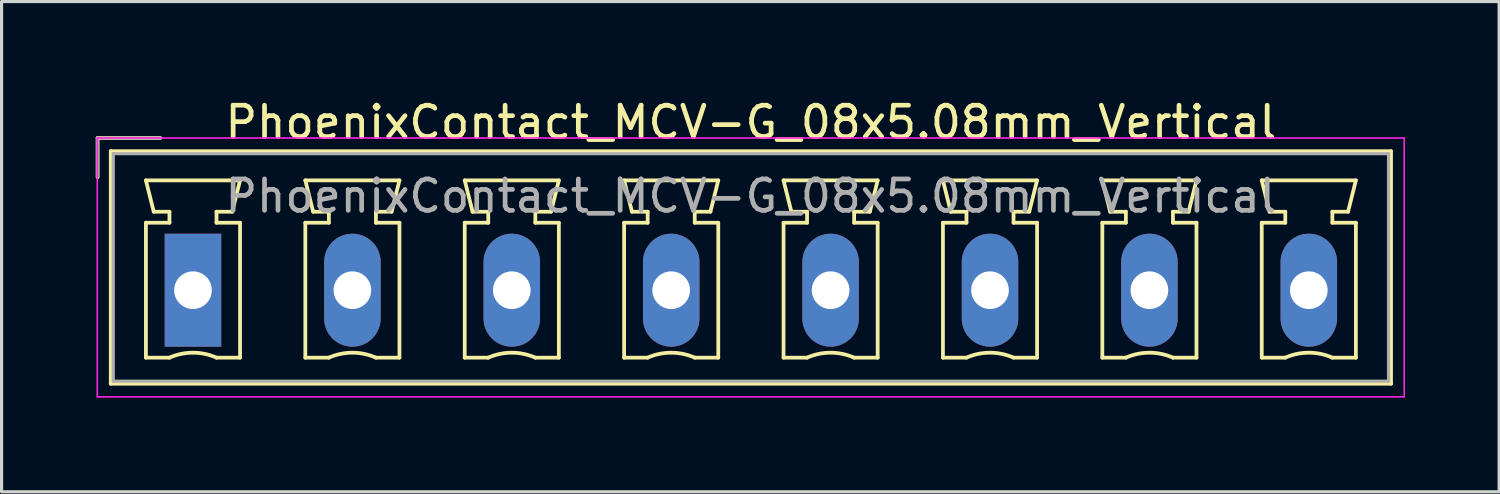
<source format=kicad_pcb>
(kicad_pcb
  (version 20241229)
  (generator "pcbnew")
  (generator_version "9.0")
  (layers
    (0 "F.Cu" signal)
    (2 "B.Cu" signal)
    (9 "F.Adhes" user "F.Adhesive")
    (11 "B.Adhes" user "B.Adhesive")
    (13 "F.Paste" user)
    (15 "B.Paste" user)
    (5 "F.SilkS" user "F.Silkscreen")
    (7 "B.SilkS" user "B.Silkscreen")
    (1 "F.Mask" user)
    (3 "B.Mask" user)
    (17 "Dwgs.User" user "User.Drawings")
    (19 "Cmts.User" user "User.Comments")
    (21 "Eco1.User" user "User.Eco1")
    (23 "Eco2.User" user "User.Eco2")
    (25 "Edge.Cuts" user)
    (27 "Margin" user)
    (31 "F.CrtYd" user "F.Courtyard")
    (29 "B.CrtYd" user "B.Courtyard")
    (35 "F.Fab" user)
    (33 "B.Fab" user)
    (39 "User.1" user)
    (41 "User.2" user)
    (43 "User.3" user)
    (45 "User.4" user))
  (footprint "PhoenixContact_MCV-G_08x5.08mm_Vertical"
    (layer "F.Cu")
    (at 3.1 6.198)
    (property "Reference" "PhoenixContact_MCV-G_08x5.08mm_Vertical" (at 17.78 -5.35 0) (layer "F.SilkS") (effects (font (size 1 1) (thickness 0.15))))
    (attr through_hole)
    (fp_line (start -3.04 -4.85) (end -1.04 -4.85) (stroke (width 0.12) (type solid)) (layer "F.SilkS"))
    (fp_line (start -3.04 -3.6) (end -3.04 -4.85) (stroke (width 0.12) (type solid)) (layer "F.SilkS"))
    (fp_line (start -2.62 -4.43) (end -2.62 2.98) (stroke (width 0.12) (type solid)) (layer "F.SilkS"))
    (fp_line (start -2.62 2.98) (end 38.18 2.98) (stroke (width 0.12) (type solid)) (layer "F.SilkS"))
    (fp_line (start -1.5 -3.5) (end 1.5 -3.5) (stroke (width 0.12) (type solid)) (layer "F.SilkS"))
    (fp_line (start -1.5 -2.15) (end -0.75 -2.15) (stroke (width 0.12) (type solid)) (layer "F.SilkS"))
    (fp_line (start -1.5 2.15) (end -1.5 -2.15) (stroke (width 0.12) (type solid)) (layer "F.SilkS"))
    (fp_line (start -1.25 -2.5) (end -1.5 -3.5) (stroke (width 0.12) (type solid)) (layer "F.SilkS"))
    (fp_line (start -0.75 -2.5) (end -1.25 -2.5) (stroke (width 0.12) (type solid)) (layer "F.SilkS"))
    (fp_line (start -0.75 -2.15) (end -0.75 -2.5) (stroke (width 0.12) (type solid)) (layer "F.SilkS"))
    (fp_line (start -0.75 2.15) (end -1.5 2.15) (stroke (width 0.12) (type solid)) (layer "F.SilkS"))
    (fp_line (start 0.75 -2.5) (end 0.75 -2.15) (stroke (width 0.12) (type solid)) (layer "F.SilkS"))
    (fp_line (start 0.75 -2.15) (end 1.5 -2.15) (stroke (width 0.12) (type solid)) (layer "F.SilkS"))
    (fp_line (start 1.25 -2.5) (end 0.75 -2.5) (stroke (width 0.12) (type solid)) (layer "F.SilkS"))
    (fp_line (start 1.5 -3.5) (end 1.25 -2.5) (stroke (width 0.12) (type solid)) (layer "F.SilkS"))
    (fp_line (start 1.5 -2.15) (end 1.5 2.15) (stroke (width 0.12) (type solid)) (layer "F.SilkS"))
    (fp_line (start 1.5 2.15) (end 0.75 2.15) (stroke (width 0.12) (type solid)) (layer "F.SilkS"))
    (fp_line (start 3.58 -3.5) (end 6.58 -3.5) (stroke (width 0.12) (type solid)) (layer "F.SilkS"))
    (fp_line (start 3.58 -2.15) (end 4.33 -2.15) (stroke (width 0.12) (type solid)) (layer "F.SilkS"))
    (fp_line (start 3.58 2.15) (end 3.58 -2.15) (stroke (width 0.12) (type solid)) (layer "F.SilkS"))
    (fp_line (start 3.83 -2.5) (end 3.58 -3.5) (stroke (width 0.12) (type solid)) (layer "F.SilkS"))
    (fp_line (start 4.33 -2.5) (end 3.83 -2.5) (stroke (width 0.12) (type solid)) (layer "F.SilkS"))
    (fp_line (start 4.33 -2.15) (end 4.33 -2.5) (stroke (width 0.12) (type solid)) (layer "F.SilkS"))
    (fp_line (start 4.33 2.15) (end 3.58 2.15) (stroke (width 0.12) (type solid)) (layer "F.SilkS"))
    (fp_line (start 5.83 -2.5) (end 5.83 -2.15) (stroke (width 0.12) (type solid)) (layer "F.SilkS"))
    (fp_line (start 5.83 -2.15) (end 6.58 -2.15) (stroke (width 0.12) (type solid)) (layer "F.SilkS"))
    (fp_line (start 6.33 -2.5) (end 5.83 -2.5) (stroke (width 0.12) (type solid)) (layer "F.SilkS"))
    (fp_line (start 6.58 -3.5) (end 6.33 -2.5) (stroke (width 0.12) (type solid)) (layer "F.SilkS"))
    (fp_line (start 6.58 -2.15) (end 6.58 2.15) (stroke (width 0.12) (type solid)) (layer "F.SilkS"))
    (fp_line (start 6.58 2.15) (end 5.83 2.15) (stroke (width 0.12) (type solid)) (layer "F.SilkS"))
    (fp_line (start 8.66 -3.5) (end 11.66 -3.5) (stroke (width 0.12) (type solid)) (layer "F.SilkS"))
    (fp_line (start 8.66 -2.15) (end 9.41 -2.15) (stroke (width 0.12) (type solid)) (layer "F.SilkS"))
    (fp_line (start 8.66 2.15) (end 8.66 -2.15) (stroke (width 0.12) (type solid)) (layer "F.SilkS"))
    (fp_line (start 8.91 -2.5) (end 8.66 -3.5) (stroke (width 0.12) (type solid)) (layer "F.SilkS"))
    (fp_line (start 9.41 -2.5) (end 8.91 -2.5) (stroke (width 0.12) (type solid)) (layer "F.SilkS"))
    (fp_line (start 9.41 -2.15) (end 9.41 -2.5) (stroke (width 0.12) (type solid)) (layer "F.SilkS"))
    (fp_line (start 9.41 2.15) (end 8.66 2.15) (stroke (width 0.12) (type solid)) (layer "F.SilkS"))
    (fp_line (start 10.91 -2.5) (end 10.91 -2.15) (stroke (width 0.12) (type solid)) (layer "F.SilkS"))
    (fp_line (start 10.91 -2.15) (end 11.66 -2.15) (stroke (width 0.12) (type solid)) (layer "F.SilkS"))
    (fp_line (start 11.41 -2.5) (end 10.91 -2.5) (stroke (width 0.12) (type solid)) (layer "F.SilkS"))
    (fp_line (start 11.66 -3.5) (end 11.41 -2.5) (stroke (width 0.12) (type solid)) (layer "F.SilkS"))
    (fp_line (start 11.66 -2.15) (end 11.66 2.15) (stroke (width 0.12) (type solid)) (layer "F.SilkS"))
    (fp_line (start 11.66 2.15) (end 10.91 2.15) (stroke (width 0.12) (type solid)) (layer "F.SilkS"))
    (fp_line (start 13.74 -3.5) (end 16.74 -3.5) (stroke (width 0.12) (type solid)) (layer "F.SilkS"))
    (fp_line (start 13.74 -2.15) (end 14.49 -2.15) (stroke (width 0.12) (type solid)) (layer "F.SilkS"))
    (fp_line (start 13.74 2.15) (end 13.74 -2.15) (stroke (width 0.12) (type solid)) (layer "F.SilkS"))
    (fp_line (start 13.99 -2.5) (end 13.74 -3.5) (stroke (width 0.12) (type solid)) (layer "F.SilkS"))
    (fp_line (start 14.49 -2.5) (end 13.99 -2.5) (stroke (width 0.12) (type solid)) (layer "F.SilkS"))
    (fp_line (start 14.49 -2.15) (end 14.49 -2.5) (stroke (width 0.12) (type solid)) (layer "F.SilkS"))
    (fp_line (start 14.49 2.15) (end 13.74 2.15) (stroke (width 0.12) (type solid)) (layer "F.SilkS"))
    (fp_line (start 15.99 -2.5) (end 15.99 -2.15) (stroke (width 0.12) (type solid)) (layer "F.SilkS"))
    (fp_line (start 15.99 -2.15) (end 16.74 -2.15) (stroke (width 0.12) (type solid)) (layer "F.SilkS"))
    (fp_line (start 16.49 -2.5) (end 15.99 -2.5) (stroke (width 0.12) (type solid)) (layer "F.SilkS"))
    (fp_line (start 16.74 -3.5) (end 16.49 -2.5) (stroke (width 0.12) (type solid)) (layer "F.SilkS"))
    (fp_line (start 16.74 -2.15) (end 16.74 2.15) (stroke (width 0.12) (type solid)) (layer "F.SilkS"))
    (fp_line (start 16.74 2.15) (end 15.99 2.15) (stroke (width 0.12) (type solid)) (layer "F.SilkS"))
    (fp_line (start 18.82 -3.5) (end 21.82 -3.5) (stroke (width 0.12) (type solid)) (layer "F.SilkS"))
    (fp_line (start 18.82 -2.15) (end 19.57 -2.15) (stroke (width 0.12) (type solid)) (layer "F.SilkS"))
    (fp_line (start 18.82 2.15) (end 18.82 -2.15) (stroke (width 0.12) (type solid)) (layer "F.SilkS"))
    (fp_line (start 19.07 -2.5) (end 18.82 -3.5) (stroke (width 0.12) (type solid)) (layer "F.SilkS"))
    (fp_line (start 19.57 -2.5) (end 19.07 -2.5) (stroke (width 0.12) (type solid)) (layer "F.SilkS"))
    (fp_line (start 19.57 -2.15) (end 19.57 -2.5) (stroke (width 0.12) (type solid)) (layer "F.SilkS"))
    (fp_line (start 19.57 2.15) (end 18.82 2.15) (stroke (width 0.12) (type solid)) (layer "F.SilkS"))
    (fp_line (start 21.07 -2.5) (end 21.07 -2.15) (stroke (width 0.12) (type solid)) (layer "F.SilkS"))
    (fp_line (start 21.07 -2.15) (end 21.82 -2.15) (stroke (width 0.12) (type solid)) (layer "F.SilkS"))
    (fp_line (start 21.57 -2.5) (end 21.07 -2.5) (stroke (width 0.12) (type solid)) (layer "F.SilkS"))
    (fp_line (start 21.82 -3.5) (end 21.57 -2.5) (stroke (width 0.12) (type solid)) (layer "F.SilkS"))
    (fp_line (start 21.82 -2.15) (end 21.82 2.15) (stroke (width 0.12) (type solid)) (layer "F.SilkS"))
    (fp_line (start 21.82 2.15) (end 21.07 2.15) (stroke (width 0.12) (type solid)) (layer "F.SilkS"))
    (fp_line (start 23.9 -3.5) (end 26.9 -3.5) (stroke (width 0.12) (type solid)) (layer "F.SilkS"))
    (fp_line (start 23.9 -2.15) (end 24.65 -2.15) (stroke (width 0.12) (type solid)) (layer "F.SilkS"))
    (fp_line (start 23.9 2.15) (end 23.9 -2.15) (stroke (width 0.12) (type solid)) (layer "F.SilkS"))
    (fp_line (start 24.15 -2.5) (end 23.9 -3.5) (stroke (width 0.12) (type solid)) (layer "F.SilkS"))
    (fp_line (start 24.65 -2.5) (end 24.15 -2.5) (stroke (width 0.12) (type solid)) (layer "F.SilkS"))
    (fp_line (start 24.65 -2.15) (end 24.65 -2.5) (stroke (width 0.12) (type solid)) (layer "F.SilkS"))
    (fp_line (start 24.65 2.15) (end 23.9 2.15) (stroke (width 0.12) (type solid)) (layer "F.SilkS"))
    (fp_line (start 26.15 -2.5) (end 26.15 -2.15) (stroke (width 0.12) (type solid)) (layer "F.SilkS"))
    (fp_line (start 26.15 -2.15) (end 26.9 -2.15) (stroke (width 0.12) (type solid)) (layer "F.SilkS"))
    (fp_line (start 26.65 -2.5) (end 26.15 -2.5) (stroke (width 0.12) (type solid)) (layer "F.SilkS"))
    (fp_line (start 26.9 -3.5) (end 26.65 -2.5) (stroke (width 0.12) (type solid)) (layer "F.SilkS"))
    (fp_line (start 26.9 -2.15) (end 26.9 2.15) (stroke (width 0.12) (type solid)) (layer "F.SilkS"))
    (fp_line (start 26.9 2.15) (end 26.15 2.15) (stroke (width 0.12) (type solid)) (layer "F.SilkS"))
    (fp_line (start 28.98 -3.5) (end 31.98 -3.5) (stroke (width 0.12) (type solid)) (layer "F.SilkS"))
    (fp_line (start 28.98 -2.15) (end 29.73 -2.15) (stroke (width 0.12) (type solid)) (layer "F.SilkS"))
    (fp_line (start 28.98 2.15) (end 28.98 -2.15) (stroke (width 0.12) (type solid)) (layer "F.SilkS"))
    (fp_line (start 29.23 -2.5) (end 28.98 -3.5) (stroke (width 0.12) (type solid)) (layer "F.SilkS"))
    (fp_line (start 29.73 -2.5) (end 29.23 -2.5) (stroke (width 0.12) (type solid)) (layer "F.SilkS"))
    (fp_line (start 29.73 -2.15) (end 29.73 -2.5) (stroke (width 0.12) (type solid)) (layer "F.SilkS"))
    (fp_line (start 29.73 2.15) (end 28.98 2.15) (stroke (width 0.12) (type solid)) (layer "F.SilkS"))
    (fp_line (start 31.23 -2.5) (end 31.23 -2.15) (stroke (width 0.12) (type solid)) (layer "F.SilkS"))
    (fp_line (start 31.23 -2.15) (end 31.98 -2.15) (stroke (width 0.12) (type solid)) (layer "F.SilkS"))
    (fp_line (start 31.73 -2.5) (end 31.23 -2.5) (stroke (width 0.12) (type solid)) (layer "F.SilkS"))
    (fp_line (start 31.98 -3.5) (end 31.73 -2.5) (stroke (width 0.12) (type solid)) (layer "F.SilkS"))
    (fp_line (start 31.98 -2.15) (end 31.98 2.15) (stroke (width 0.12) (type solid)) (layer "F.SilkS"))
    (fp_line (start 31.98 2.15) (end 31.23 2.15) (stroke (width 0.12) (type solid)) (layer "F.SilkS"))
    (fp_line (start 34.06 -3.5) (end 37.06 -3.5) (stroke (width 0.12) (type solid)) (layer "F.SilkS"))
    (fp_line (start 34.06 -2.15) (end 34.81 -2.15) (stroke (width 0.12) (type solid)) (layer "F.SilkS"))
    (fp_line (start 34.06 2.15) (end 34.06 -2.15) (stroke (width 0.12) (type solid)) (layer "F.SilkS"))
    (fp_line (start 34.31 -2.5) (end 34.06 -3.5) (stroke (width 0.12) (type solid)) (layer "F.SilkS"))
    (fp_line (start 34.81 -2.5) (end 34.31 -2.5) (stroke (width 0.12) (type solid)) (layer "F.SilkS"))
    (fp_line (start 34.81 -2.15) (end 34.81 -2.5) (stroke (width 0.12) (type solid)) (layer "F.SilkS"))
    (fp_line (start 34.81 2.15) (end 34.06 2.15) (stroke (width 0.12) (type solid)) (layer "F.SilkS"))
    (fp_line (start 36.31 -2.5) (end 36.31 -2.15) (stroke (width 0.12) (type solid)) (layer "F.SilkS"))
    (fp_line (start 36.31 -2.15) (end 37.06 -2.15) (stroke (width 0.12) (type solid)) (layer "F.SilkS"))
    (fp_line (start 36.81 -2.5) (end 36.31 -2.5) (stroke (width 0.12) (type solid)) (layer "F.SilkS"))
    (fp_line (start 37.06 -3.5) (end 36.81 -2.5) (stroke (width 0.12) (type solid)) (layer "F.SilkS"))
    (fp_line (start 37.06 -2.15) (end 37.06 2.15) (stroke (width 0.12) (type solid)) (layer "F.SilkS"))
    (fp_line (start 37.06 2.15) (end 36.31 2.15) (stroke (width 0.12) (type solid)) (layer "F.SilkS"))
    (fp_line (start 38.18 -4.43) (end -2.62 -4.43) (stroke (width 0.12) (type solid)) (layer "F.SilkS"))
    (fp_line (start 38.18 2.98) (end 38.18 -4.43) (stroke (width 0.12) (type solid)) (layer "F.SilkS"))
    (fp_arc (start -0.75 2.15) (mid -0.000193 1.99191) (end 0.749647 2.149844) (stroke (width 0.12) (type solid)) (layer "F.SilkS"))
    (fp_arc (start 4.33 2.15) (mid 5.079807 1.99191) (end 5.829647 2.149844) (stroke (width 0.12) (type solid)) (layer "F.SilkS"))
    (fp_arc (start 9.41 2.15) (mid 10.159807 1.99191) (end 10.909647 2.149844) (stroke (width 0.12) (type solid)) (layer "F.SilkS"))
    (fp_arc (start 14.49 2.15) (mid 15.239807 1.99191) (end 15.989647 2.149844) (stroke (width 0.12) (type solid)) (layer "F.SilkS"))
    (fp_arc (start 19.57 2.15) (mid 20.319807 1.99191) (end 21.069647 2.149844) (stroke (width 0.12) (type solid)) (layer "F.SilkS"))
    (fp_arc (start 24.65 2.15) (mid 25.399807 1.99191) (end 26.149647 2.149844) (stroke (width 0.12) (type solid)) (layer "F.SilkS"))
    (fp_arc (start 29.73 2.15) (mid 30.479807 1.99191) (end 31.229647 2.149844) (stroke (width 0.12) (type solid)) (layer "F.SilkS"))
    (fp_arc (start 34.81 2.15) (mid 35.559807 1.99191) (end 36.309647 2.149844) (stroke (width 0.12) (type solid)) (layer "F.SilkS"))
    (fp_line (start -3.05 -4.85) (end -3.05 3.4) (stroke (width 0.05) (type solid)) (layer "F.CrtYd"))
    (fp_line (start -3.05 3.4) (end 38.6 3.4) (stroke (width 0.05) (type solid)) (layer "F.CrtYd"))
    (fp_line (start 38.6 -4.85) (end -3.05 -4.85) (stroke (width 0.05) (type solid)) (layer "F.CrtYd"))
    (fp_line (start 38.6 3.4) (end 38.6 -4.85) (stroke (width 0.05) (type solid)) (layer "F.CrtYd"))
    (fp_line (start -3.04 -4.85) (end -1.04 -4.85) (stroke (width 0.1) (type solid)) (layer "F.Fab"))
    (fp_line (start -3.04 -3.6) (end -3.04 -4.85) (stroke (width 0.1) (type solid)) (layer "F.Fab"))
    (fp_line (start -2.54 -4.35) (end -2.54 2.9) (stroke (width 0.1) (type solid)) (layer "F.Fab"))
    (fp_line (start -2.54 2.9) (end 38.1 2.9) (stroke (width 0.1) (type solid)) (layer "F.Fab"))
    (fp_line (start 38.1 -4.35) (end -2.54 -4.35) (stroke (width 0.1) (type solid)) (layer "F.Fab"))
    (fp_line (start 38.1 2.9) (end 38.1 -4.35) (stroke (width 0.1) (type solid)) (layer "F.Fab"))
    (fp_text user "${REFERENCE}" (at 17.78 -3 0) (layer "F.Fab") (effects (font (size 1 1) (thickness 0.15))))
    (pad "1" thru_hole rect (at 0 0) (size 1.8 3.6) (drill 1.2) (layers "*.Cu" "*.Mask"))
    (pad "2" thru_hole oval (at 5.08 0) (size 1.8 3.6) (drill 1.2) (layers "*.Cu" "*.Mask"))
    (pad "3" thru_hole oval (at 10.16 0) (size 1.8 3.6) (drill 1.2) (layers "*.Cu" "*.Mask"))
    (pad "4" thru_hole oval (at 15.24 0) (size 1.8 3.6) (drill 1.2) (layers "*.Cu" "*.Mask"))
    (pad "5" thru_hole oval (at 20.32 0) (size 1.8 3.6) (drill 1.2) (layers "*.Cu" "*.Mask"))
    (pad "6" thru_hole oval (at 25.4 0) (size 1.8 3.6) (drill 1.2) (layers "*.Cu" "*.Mask"))
    (pad "7" thru_hole oval (at 30.48 0) (size 1.8 3.6) (drill 1.2) (layers "*.Cu" "*.Mask"))
    (pad "8" thru_hole oval (at 35.56 0) (size 1.8 3.6) (drill 1.2) (layers "*.Cu" "*.Mask")))
  (gr_rect
    (start -3 -3)
    (end 44.725 12.623)
    (stroke (width 0.1) (type default))
    (fill no)
    (layer "Edge.Cuts")))
</source>
